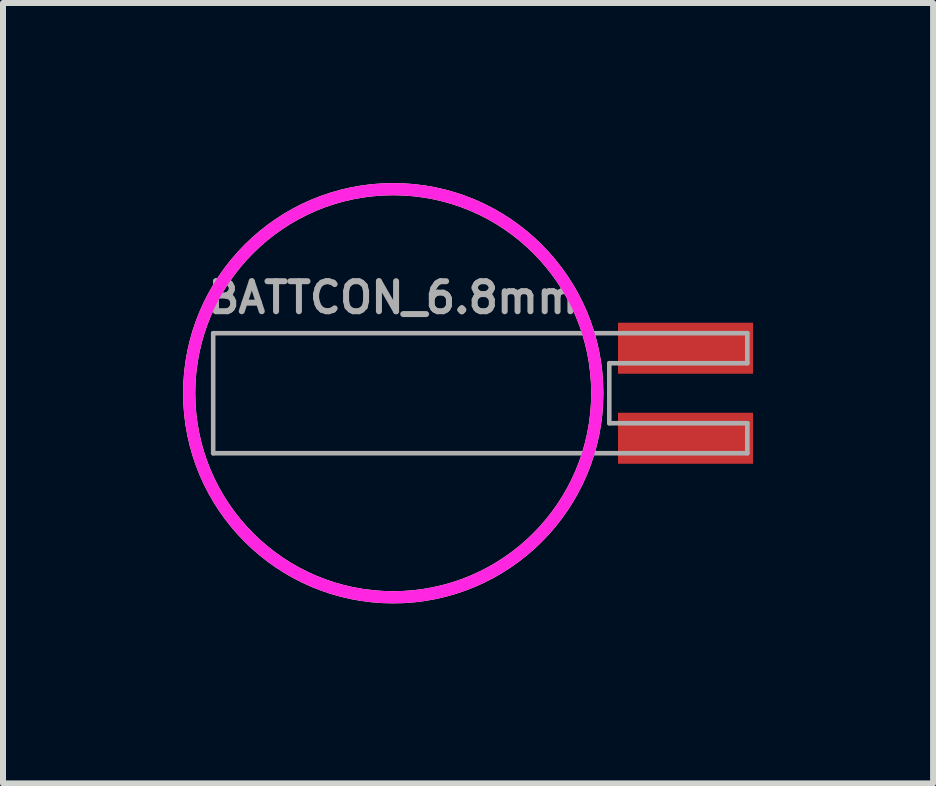
<source format=kicad_pcb>
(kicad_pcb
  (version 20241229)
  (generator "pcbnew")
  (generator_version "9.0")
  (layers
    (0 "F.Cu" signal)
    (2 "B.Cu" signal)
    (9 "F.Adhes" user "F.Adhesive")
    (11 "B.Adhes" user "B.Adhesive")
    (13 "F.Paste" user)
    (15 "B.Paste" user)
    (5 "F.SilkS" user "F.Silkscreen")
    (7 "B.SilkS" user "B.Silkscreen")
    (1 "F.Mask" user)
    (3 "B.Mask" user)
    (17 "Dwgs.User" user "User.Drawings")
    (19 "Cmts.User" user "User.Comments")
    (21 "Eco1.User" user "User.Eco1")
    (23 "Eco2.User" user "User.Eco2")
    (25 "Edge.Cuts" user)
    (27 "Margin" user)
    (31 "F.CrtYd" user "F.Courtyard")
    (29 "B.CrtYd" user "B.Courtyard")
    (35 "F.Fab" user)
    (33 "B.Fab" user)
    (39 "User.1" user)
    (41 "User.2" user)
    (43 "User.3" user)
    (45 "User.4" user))
  (footprint "BATTCON_6.8mm"
    (layer "F.Cu")
    (at 3.502 3.502)
    (property "Reference" "BATTCON_6.8mm" (at 0 -1.3 0) (layer "F.Fab") (effects (font (size 0.5 0.5) (thickness 0.1) (bold yes)) (justify bottom)))
    (fp_circle (center 0 0) (end 3.4 0) (stroke (width 0.203) (type solid)) (fill no) (layer "F.SilkS"))
    (fp_circle (center 0 0) (end 3.4 0) (stroke (width 0.203) (type solid)) (fill no) (layer "F.CrtYd"))
    (fp_line (start -3 -1) (end -3 1) (stroke (width 0.076) (type solid)) (layer "F.Fab"))
    (fp_line (start -3 1) (end 5.9 1) (stroke (width 0.076) (type solid)) (layer "F.Fab"))
    (fp_line (start 3.6 0.5) (end 3.6 -0.5) (stroke (width 0.076) (type solid)) (layer "F.Fab"))
    (fp_line (start 3.6 0.5) (end 5.9 0.5) (stroke (width 0.076) (type solid)) (layer "F.Fab"))
    (fp_line (start 5.9 -1) (end -3 -1) (stroke (width 0.076) (type solid)) (layer "F.Fab"))
    (fp_line (start 5.9 -1) (end 5.9 -0.5) (stroke (width 0.076) (type solid)) (layer "F.Fab"))
    (fp_line (start 5.9 -0.5) (end 3.6 -0.5) (stroke (width 0.076) (type solid)) (layer "F.Fab"))
    (fp_line (start 5.9 0.5) (end 5.9 1) (stroke (width 0.076) (type solid)) (layer "F.Fab"))
    (pad "+" smd rect (at 4.87 -0.75 180) (size 2.25 0.85) (layers "F.Cu" "F.Mask" "F.Paste"))
    (pad "-" smd rect (at 4.87 0.75 180) (size 2.25 0.85) (layers "F.Cu" "F.Mask" "F.Paste")))
  (gr_rect
    (start -3 -3)
    (end 12.497 10.003)
    (stroke (width 0.1) (type default))
    (fill no)
    (layer "Edge.Cuts")))
</source>
